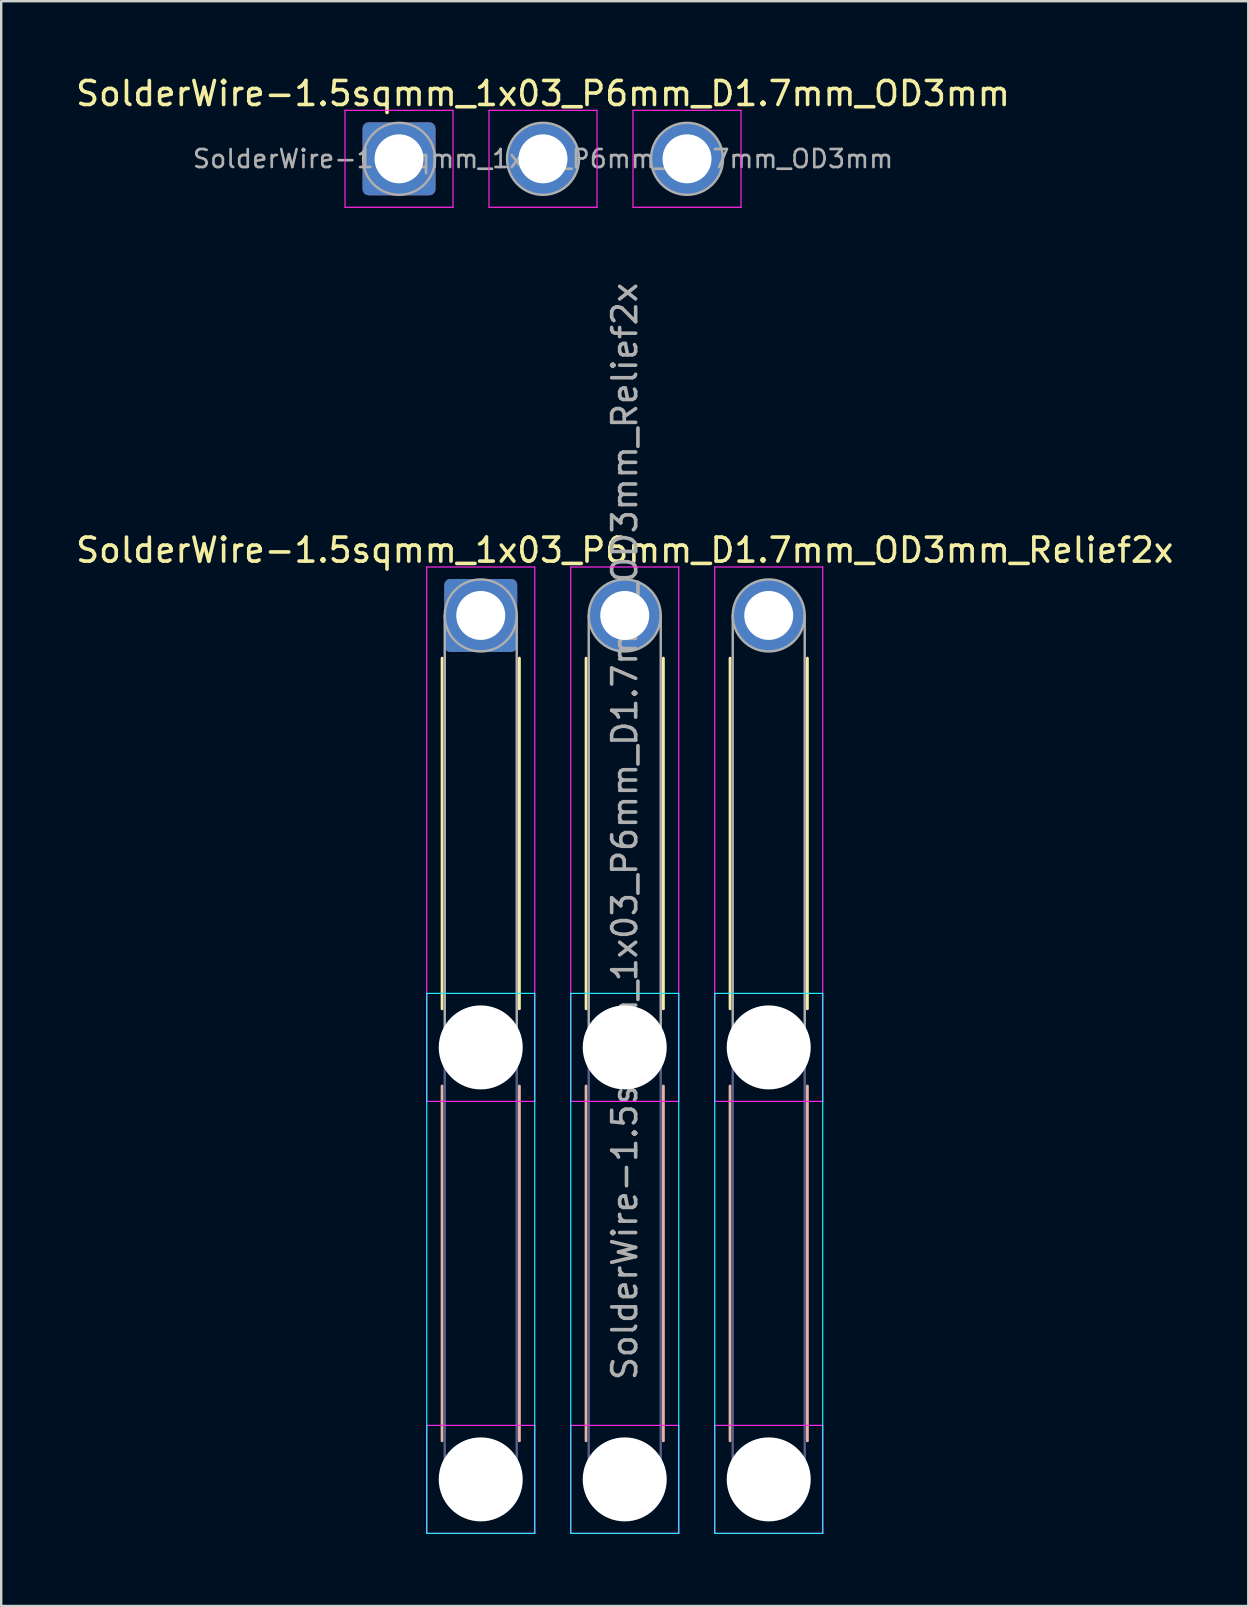
<source format=kicad_pcb>
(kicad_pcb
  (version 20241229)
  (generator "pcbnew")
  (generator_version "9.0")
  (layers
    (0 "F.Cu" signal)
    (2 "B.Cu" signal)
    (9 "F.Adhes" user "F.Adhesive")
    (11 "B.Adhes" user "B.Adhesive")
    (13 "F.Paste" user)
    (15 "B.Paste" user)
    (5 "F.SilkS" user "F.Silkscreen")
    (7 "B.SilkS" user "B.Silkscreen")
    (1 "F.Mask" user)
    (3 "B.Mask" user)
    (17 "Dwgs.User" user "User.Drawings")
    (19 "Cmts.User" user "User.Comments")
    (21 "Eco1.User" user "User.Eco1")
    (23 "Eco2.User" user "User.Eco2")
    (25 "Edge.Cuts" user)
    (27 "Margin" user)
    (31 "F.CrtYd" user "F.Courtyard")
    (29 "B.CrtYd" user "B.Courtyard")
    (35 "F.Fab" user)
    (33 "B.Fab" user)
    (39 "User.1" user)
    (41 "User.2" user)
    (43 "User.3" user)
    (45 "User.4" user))
  (footprint "SolderWire-1.5sqmm_1x03_P6mm_D1.7mm_OD3mm_Relief2x"
    (layer "F.Cu")
    (at 16.982 22.595)
    (property "Reference" "SolderWire-1.5sqmm_1x03_P6mm_D1.7mm_OD3mm_Relief2x" (at 6 -2.72 0) (layer "F.SilkS") (effects (font (size 1 1) (thickness 0.15))))
    (attr exclude_from_pos_files exclude_from_bom)
    (fp_line (start -1.61 1.78) (end -1.61 16.39) (stroke (width 0.12) (type solid)) (layer "F.SilkS"))
    (fp_line (start 1.61 1.78) (end 1.61 16.39) (stroke (width 0.12) (type solid)) (layer "F.SilkS"))
    (fp_line (start 4.39 1.78) (end 4.39 16.39) (stroke (width 0.12) (type solid)) (layer "F.SilkS"))
    (fp_line (start 7.61 1.78) (end 7.61 16.39) (stroke (width 0.12) (type solid)) (layer "F.SilkS"))
    (fp_line (start 10.39 1.78) (end 10.39 16.39) (stroke (width 0.12) (type solid)) (layer "F.SilkS"))
    (fp_line (start 13.61 1.78) (end 13.61 16.39) (stroke (width 0.12) (type solid)) (layer "F.SilkS"))
    (fp_line (start -1.61 19.61) (end -1.61 34.39) (stroke (width 0.12) (type solid)) (layer "B.SilkS"))
    (fp_line (start 1.61 19.61) (end 1.61 34.39) (stroke (width 0.12) (type solid)) (layer "B.SilkS"))
    (fp_line (start 4.39 19.61) (end 4.39 34.39) (stroke (width 0.12) (type solid)) (layer "B.SilkS"))
    (fp_line (start 7.61 19.61) (end 7.61 34.39) (stroke (width 0.12) (type solid)) (layer "B.SilkS"))
    (fp_line (start 10.39 19.61) (end 10.39 34.39) (stroke (width 0.12) (type solid)) (layer "B.SilkS"))
    (fp_line (start 13.61 19.61) (end 13.61 34.39) (stroke (width 0.12) (type solid)) (layer "B.SilkS"))
    (fp_line (start -2.25 15.75) (end -2.25 38.25) (stroke (width 0.05) (type solid)) (layer "B.CrtYd"))
    (fp_line (start -2.25 38.25) (end 2.25 38.25) (stroke (width 0.05) (type solid)) (layer "B.CrtYd"))
    (fp_line (start 2.25 15.75) (end -2.25 15.75) (stroke (width 0.05) (type solid)) (layer "B.CrtYd"))
    (fp_line (start 2.25 38.25) (end 2.25 15.75) (stroke (width 0.05) (type solid)) (layer "B.CrtYd"))
    (fp_line (start 3.75 15.75) (end 3.75 38.25) (stroke (width 0.05) (type solid)) (layer "B.CrtYd"))
    (fp_line (start 3.75 38.25) (end 8.25 38.25) (stroke (width 0.05) (type solid)) (layer "B.CrtYd"))
    (fp_line (start 8.25 15.75) (end 3.75 15.75) (stroke (width 0.05) (type solid)) (layer "B.CrtYd"))
    (fp_line (start 8.25 38.25) (end 8.25 15.75) (stroke (width 0.05) (type solid)) (layer "B.CrtYd"))
    (fp_line (start 9.75 15.75) (end 9.75 38.25) (stroke (width 0.05) (type solid)) (layer "B.CrtYd"))
    (fp_line (start 9.75 38.25) (end 14.25 38.25) (stroke (width 0.05) (type solid)) (layer "B.CrtYd"))
    (fp_line (start 14.25 15.75) (end 9.75 15.75) (stroke (width 0.05) (type solid)) (layer "B.CrtYd"))
    (fp_line (start 14.25 38.25) (end 14.25 15.75) (stroke (width 0.05) (type solid)) (layer "B.CrtYd"))
    (fp_line (start -2.25 -2.02) (end -2.25 20.25) (stroke (width 0.05) (type solid)) (layer "F.CrtYd"))
    (fp_line (start -2.25 20.25) (end 2.25 20.25) (stroke (width 0.05) (type solid)) (layer "F.CrtYd"))
    (fp_line (start -2.25 33.75) (end -2.25 38.25) (stroke (width 0.05) (type solid)) (layer "F.CrtYd"))
    (fp_line (start -2.25 38.25) (end 2.25 38.25) (stroke (width 0.05) (type solid)) (layer "F.CrtYd"))
    (fp_line (start 2.25 -2.02) (end -2.25 -2.02) (stroke (width 0.05) (type solid)) (layer "F.CrtYd"))
    (fp_line (start 2.25 20.25) (end 2.25 -2.02) (stroke (width 0.05) (type solid)) (layer "F.CrtYd"))
    (fp_line (start 2.25 33.75) (end -2.25 33.75) (stroke (width 0.05) (type solid)) (layer "F.CrtYd"))
    (fp_line (start 2.25 38.25) (end 2.25 33.75) (stroke (width 0.05) (type solid)) (layer "F.CrtYd"))
    (fp_line (start 3.75 -2.02) (end 3.75 20.25) (stroke (width 0.05) (type solid)) (layer "F.CrtYd"))
    (fp_line (start 3.75 20.25) (end 8.25 20.25) (stroke (width 0.05) (type solid)) (layer "F.CrtYd"))
    (fp_line (start 3.75 33.75) (end 3.75 38.25) (stroke (width 0.05) (type solid)) (layer "F.CrtYd"))
    (fp_line (start 3.75 38.25) (end 8.25 38.25) (stroke (width 0.05) (type solid)) (layer "F.CrtYd"))
    (fp_line (start 8.25 -2.02) (end 3.75 -2.02) (stroke (width 0.05) (type solid)) (layer "F.CrtYd"))
    (fp_line (start 8.25 20.25) (end 8.25 -2.02) (stroke (width 0.05) (type solid)) (layer "F.CrtYd"))
    (fp_line (start 8.25 33.75) (end 3.75 33.75) (stroke (width 0.05) (type solid)) (layer "F.CrtYd"))
    (fp_line (start 8.25 38.25) (end 8.25 33.75) (stroke (width 0.05) (type solid)) (layer "F.CrtYd"))
    (fp_line (start 9.75 -2.02) (end 9.75 20.25) (stroke (width 0.05) (type solid)) (layer "F.CrtYd"))
    (fp_line (start 9.75 20.25) (end 14.25 20.25) (stroke (width 0.05) (type solid)) (layer "F.CrtYd"))
    (fp_line (start 9.75 33.75) (end 9.75 38.25) (stroke (width 0.05) (type solid)) (layer "F.CrtYd"))
    (fp_line (start 9.75 38.25) (end 14.25 38.25) (stroke (width 0.05) (type solid)) (layer "F.CrtYd"))
    (fp_line (start 14.25 -2.02) (end 9.75 -2.02) (stroke (width 0.05) (type solid)) (layer "F.CrtYd"))
    (fp_line (start 14.25 20.25) (end 14.25 -2.02) (stroke (width 0.05) (type solid)) (layer "F.CrtYd"))
    (fp_line (start 14.25 33.75) (end 9.75 33.75) (stroke (width 0.05) (type solid)) (layer "F.CrtYd"))
    (fp_line (start 14.25 38.25) (end 14.25 33.75) (stroke (width 0.05) (type solid)) (layer "F.CrtYd"))
    (fp_line (start -1.5 18) (end -1.5 36) (stroke (width 0.1) (type solid)) (layer "B.Fab"))
    (fp_line (start 1.5 18) (end 1.5 36) (stroke (width 0.1) (type solid)) (layer "B.Fab"))
    (fp_line (start 4.5 18) (end 4.5 36) (stroke (width 0.1) (type solid)) (layer "B.Fab"))
    (fp_line (start 7.5 18) (end 7.5 36) (stroke (width 0.1) (type solid)) (layer "B.Fab"))
    (fp_line (start 10.5 18) (end 10.5 36) (stroke (width 0.1) (type solid)) (layer "B.Fab"))
    (fp_line (start 13.5 18) (end 13.5 36) (stroke (width 0.1) (type solid)) (layer "B.Fab"))
    (fp_circle (center 0 18) (end 1.5 18) (stroke (width 0.1) (type solid)) (fill no) (layer "B.Fab"))
    (fp_circle (center 0 36) (end 1.5 36) (stroke (width 0.1) (type solid)) (fill no) (layer "B.Fab"))
    (fp_circle (center 6 18) (end 7.5 18) (stroke (width 0.1) (type solid)) (fill no) (layer "B.Fab"))
    (fp_circle (center 6 36) (end 7.5 36) (stroke (width 0.1) (type solid)) (fill no) (layer "B.Fab"))
    (fp_circle (center 12 18) (end 13.5 18) (stroke (width 0.1) (type solid)) (fill no) (layer "B.Fab"))
    (fp_circle (center 12 36) (end 13.5 36) (stroke (width 0.1) (type solid)) (fill no) (layer "B.Fab"))
    (fp_line (start -1.5 0) (end -1.5 18) (stroke (width 0.1) (type solid)) (layer "F.Fab"))
    (fp_line (start 1.5 0) (end 1.5 18) (stroke (width 0.1) (type solid)) (layer "F.Fab"))
    (fp_line (start 4.5 0) (end 4.5 18) (stroke (width 0.1) (type solid)) (layer "F.Fab"))
    (fp_line (start 7.5 0) (end 7.5 18) (stroke (width 0.1) (type solid)) (layer "F.Fab"))
    (fp_line (start 10.5 0) (end 10.5 18) (stroke (width 0.1) (type solid)) (layer "F.Fab"))
    (fp_line (start 13.5 0) (end 13.5 18) (stroke (width 0.1) (type solid)) (layer "F.Fab"))
    (fp_circle (center 0 0) (end 1.5 0) (stroke (width 0.1) (type solid)) (fill no) (layer "F.Fab"))
    (fp_circle (center 0 18) (end 1.5 18) (stroke (width 0.1) (type solid)) (fill no) (layer "F.Fab"))
    (fp_circle (center 0 36) (end 1.5 36) (stroke (width 0.1) (type solid)) (fill no) (layer "F.Fab"))
    (fp_circle (center 6 0) (end 7.5 0) (stroke (width 0.1) (type solid)) (fill no) (layer "F.Fab"))
    (fp_circle (center 6 18) (end 7.5 18) (stroke (width 0.1) (type solid)) (fill no) (layer "F.Fab"))
    (fp_circle (center 6 36) (end 7.5 36) (stroke (width 0.1) (type solid)) (fill no) (layer "F.Fab"))
    (fp_circle (center 12 0) (end 13.5 0) (stroke (width 0.1) (type solid)) (fill no) (layer "F.Fab"))
    (fp_circle (center 12 18) (end 13.5 18) (stroke (width 0.1) (type solid)) (fill no) (layer "F.Fab"))
    (fp_circle (center 12 36) (end 13.5 36) (stroke (width 0.1) (type solid)) (fill no) (layer "F.Fab"))
    (fp_text user "${REFERENCE}" (at 6 9 90) (layer "F.Fab") (effects (font (size 1 1) (thickness 0.15))))
    (pad "" np_thru_hole circle (at 0 18) (size 3.5 3.5) (drill 3.5) (layers "*.Cu" "*.Mask"))
    (pad "" np_thru_hole circle (at 0 36) (size 3.5 3.5) (drill 3.5) (layers "*.Cu" "*.Mask"))
    (pad "" np_thru_hole circle (at 6 18) (size 3.5 3.5) (drill 3.5) (layers "*.Cu" "*.Mask"))
    (pad "" np_thru_hole circle (at 6 36) (size 3.5 3.5) (drill 3.5) (layers "*.Cu" "*.Mask"))
    (pad "" np_thru_hole circle (at 12 18) (size 3.5 3.5) (drill 3.5) (layers "*.Cu" "*.Mask"))
    (pad "" np_thru_hole circle (at 12 36) (size 3.5 3.5) (drill 3.5) (layers "*.Cu" "*.Mask"))
    (pad "1" thru_hole roundrect (at 0 0) (size 3.04 3.04) (drill 2.04) (layers "*.Cu" "*.Mask") (roundrect_rratio 0.082))
    (pad "2" thru_hole circle (at 6 0) (size 3.04 3.04) (drill 2.04) (layers "*.Cu" "*.Mask"))
    (pad "3" thru_hole circle (at 12 0) (size 3.04 3.04) (drill 2.04) (layers "*.Cu" "*.Mask")))
  (footprint "SolderWire-1.5sqmm_1x03_P6mm_D1.7mm_OD3mm"
    (layer "F.Cu")
    (at 13.577 3.568)
    (property "Reference" "SolderWire-1.5sqmm_1x03_P6mm_D1.7mm_OD3mm" (at 6 -2.72 0) (layer "F.SilkS") (effects (font (size 1 1) (thickness 0.15))))
    (attr exclude_from_pos_files exclude_from_bom)
    (fp_line (start -2.25 -2.02) (end -2.25 2.02) (stroke (width 0.05) (type solid)) (layer "F.CrtYd"))
    (fp_line (start -2.25 2.02) (end 2.25 2.02) (stroke (width 0.05) (type solid)) (layer "F.CrtYd"))
    (fp_line (start 2.25 -2.02) (end -2.25 -2.02) (stroke (width 0.05) (type solid)) (layer "F.CrtYd"))
    (fp_line (start 2.25 2.02) (end 2.25 -2.02) (stroke (width 0.05) (type solid)) (layer "F.CrtYd"))
    (fp_line (start 3.75 -2.02) (end 3.75 2.02) (stroke (width 0.05) (type solid)) (layer "F.CrtYd"))
    (fp_line (start 3.75 2.02) (end 8.25 2.02) (stroke (width 0.05) (type solid)) (layer "F.CrtYd"))
    (fp_line (start 8.25 -2.02) (end 3.75 -2.02) (stroke (width 0.05) (type solid)) (layer "F.CrtYd"))
    (fp_line (start 8.25 2.02) (end 8.25 -2.02) (stroke (width 0.05) (type solid)) (layer "F.CrtYd"))
    (fp_line (start 9.75 -2.02) (end 9.75 2.02) (stroke (width 0.05) (type solid)) (layer "F.CrtYd"))
    (fp_line (start 9.75 2.02) (end 14.25 2.02) (stroke (width 0.05) (type solid)) (layer "F.CrtYd"))
    (fp_line (start 14.25 -2.02) (end 9.75 -2.02) (stroke (width 0.05) (type solid)) (layer "F.CrtYd"))
    (fp_line (start 14.25 2.02) (end 14.25 -2.02) (stroke (width 0.05) (type solid)) (layer "F.CrtYd"))
    (fp_circle (center 0 0) (end 1.5 0) (stroke (width 0.1) (type solid)) (fill no) (layer "F.Fab"))
    (fp_circle (center 6 0) (end 7.5 0) (stroke (width 0.1) (type solid)) (fill no) (layer "F.Fab"))
    (fp_circle (center 12 0) (end 13.5 0) (stroke (width 0.1) (type solid)) (fill no) (layer "F.Fab"))
    (fp_text user "${REFERENCE}" (at 6 0 0) (layer "F.Fab") (effects (font (size 0.75 0.75) (thickness 0.11))))
    (pad "1" thru_hole roundrect (at 0 0) (size 3.04 3.04) (drill 2.04) (layers "*.Cu" "*.Mask") (roundrect_rratio 0.082))
    (pad "2" thru_hole circle (at 6 0) (size 3.04 3.04) (drill 2.04) (layers "*.Cu" "*.Mask"))
    (pad "3" thru_hole circle (at 12 0) (size 3.04 3.04) (drill 2.04) (layers "*.Cu" "*.Mask")))
  (gr_rect
    (start -3 -3)
    (end 48.964 63.87)
    (stroke (width 0.1) (type default))
    (fill no)
    (layer "Edge.Cuts")))
</source>
